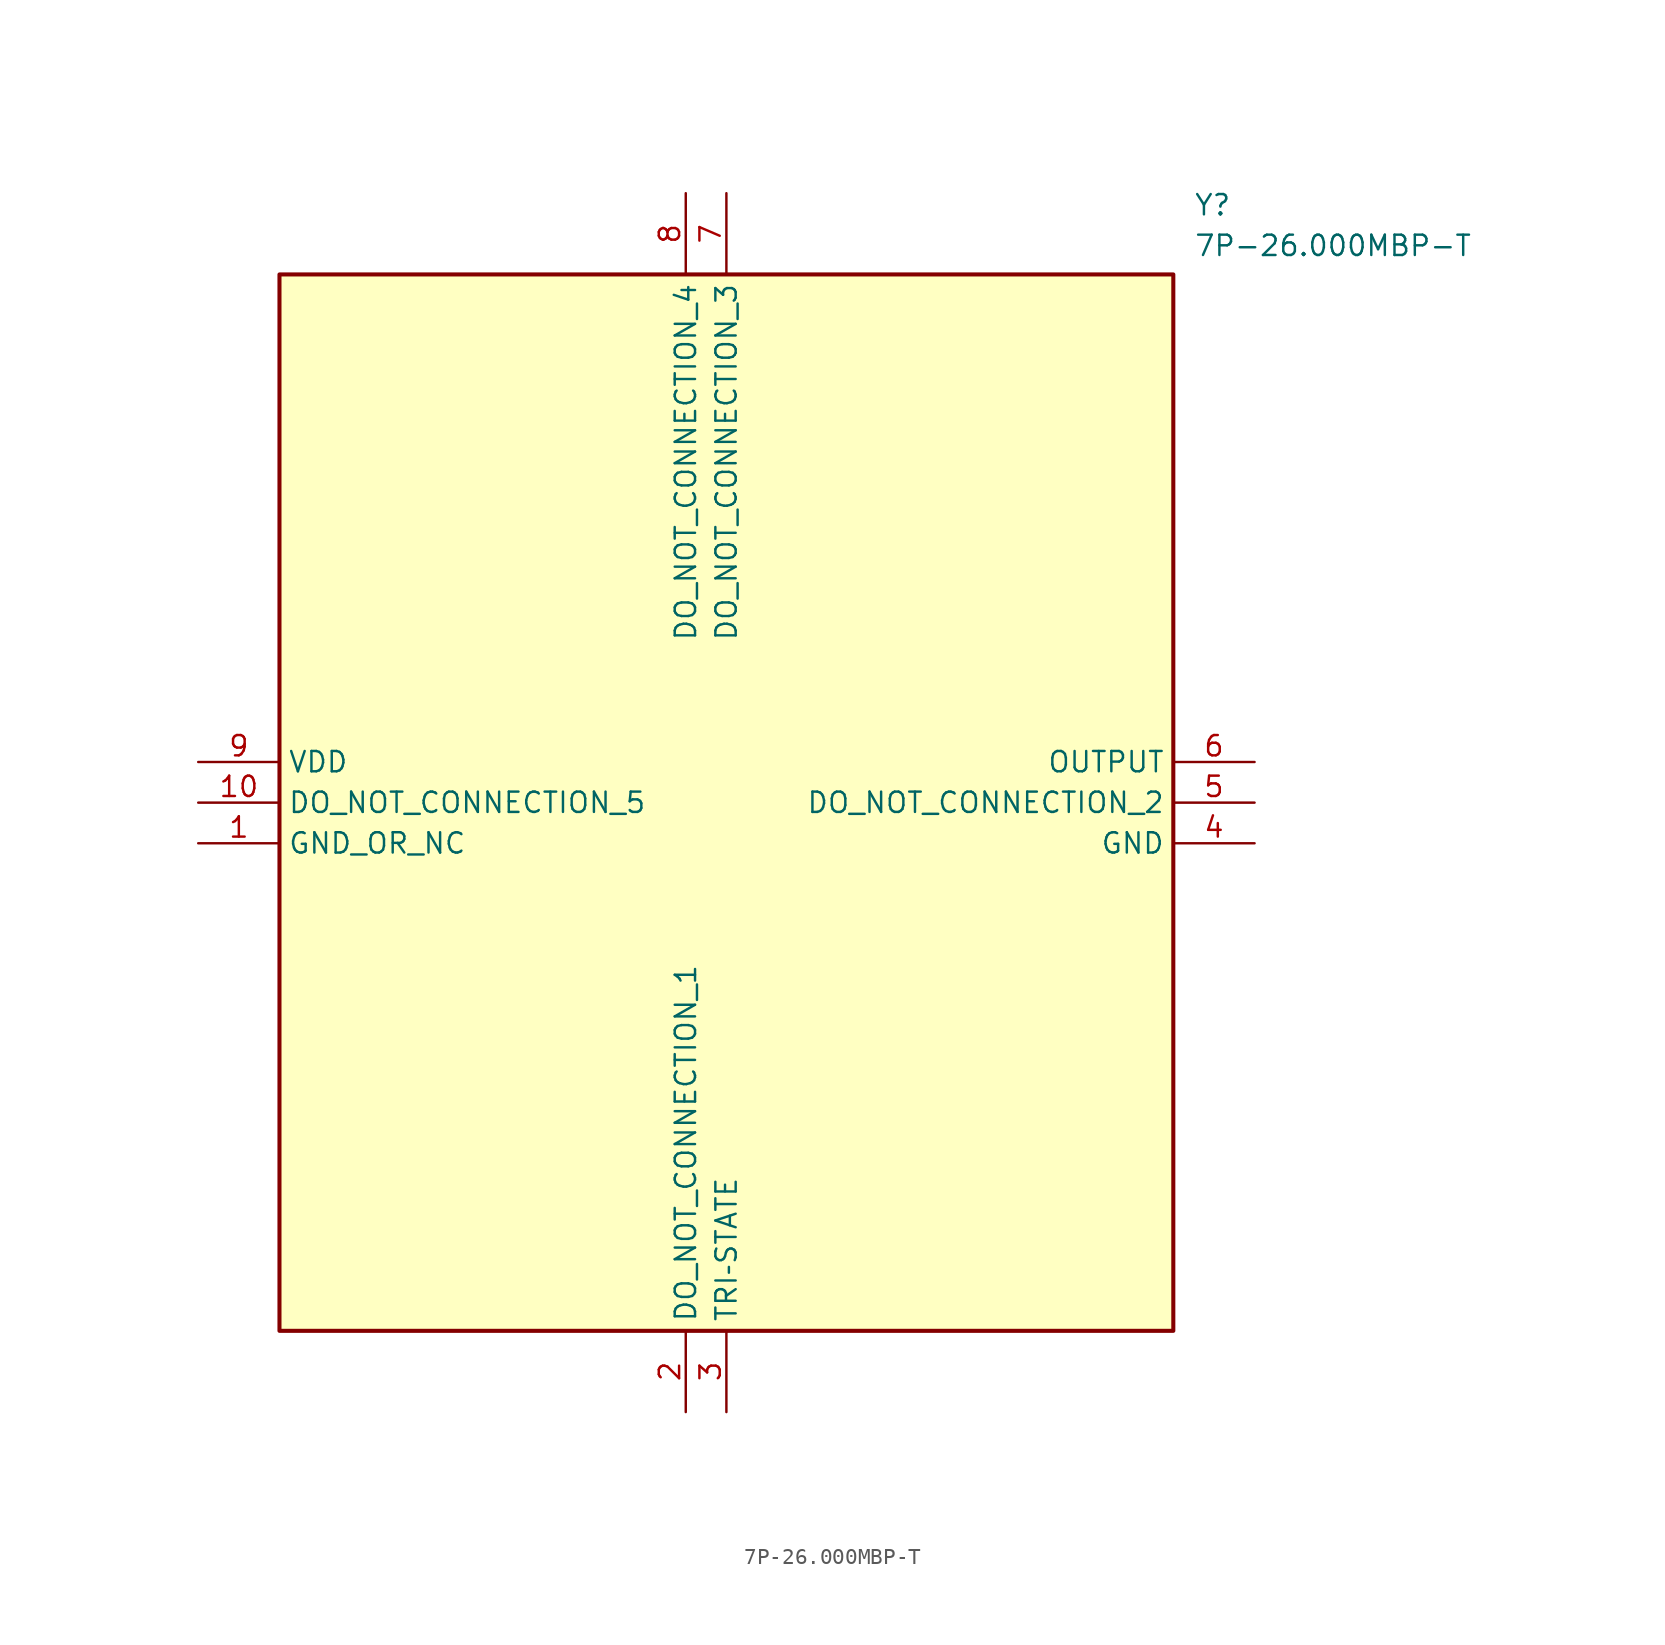
<source format=kicad_sym>
(kicad_symbol_lib
  (version 20211014)
  (generator SamacSys_ECAD_Model)
  (symbol "7P-26.000MBP-T"
    (property "Reference" "Y"
      (at 62.23 35.56 0)
      (effects (font (size 1.27 1.27)) (justify left top)))
    (property "Value" "7P-26.000MBP-T"
      (at 62.23 33.02 0)
      (effects (font (size 1.27 1.27)) (justify left top)))
    (rectangle
      (start 5.08 30.48)
      (end 60.96 -35.56)
      (stroke (width 0.254) (type default))
      (fill (type background)))
    (pin passive line
      (at 0 -5.08 0)
      (length 5.08)
      (name "GND_OR_NC" (effects (font (size 1.27 1.27))))
      (number "1" (effects (font (size 1.27 1.27)))))
    (pin passive line
      (at 30.48 -40.64 90)
      (length 5.08)
      (name "DO_NOT_CONNECTION_1" (effects (font (size 1.27 1.27))))
      (number "2" (effects (font (size 1.27 1.27)))))
    (pin passive line
      (at 33.02 -40.64 90)
      (length 5.08)
      (name "TRI‐STATE" (effects (font (size 1.27 1.27))))
      (number "3" (effects (font (size 1.27 1.27)))))
    (pin passive line
      (at 66.04 -5.08 180)
      (length 5.08)
      (name "GND" (effects (font (size 1.27 1.27))))
      (number "4" (effects (font (size 1.27 1.27)))))
    (pin passive line
      (at 66.04 -2.54 180)
      (length 5.08)
      (name "DO_NOT_CONNECTION_2" (effects (font (size 1.27 1.27))))
      (number "5" (effects (font (size 1.27 1.27)))))
    (pin passive line
      (at 66.04 0 180)
      (length 5.08)
      (name "OUTPUT" (effects (font (size 1.27 1.27))))
      (number "6" (effects (font (size 1.27 1.27)))))
    (pin passive line
      (at 33.02 35.56 270)
      (length 5.08)
      (name "DO_NOT_CONNECTION_3" (effects (font (size 1.27 1.27))))
      (number "7" (effects (font (size 1.27 1.27)))))
    (pin passive line
      (at 30.48 35.56 270)
      (length 5.08)
      (name "DO_NOT_CONNECTION_4" (effects (font (size 1.27 1.27))))
      (number "8" (effects (font (size 1.27 1.27)))))
    (pin passive line
      (at 0 0 0)
      (length 5.08)
      (name "VDD" (effects (font (size 1.27 1.27))))
      (number "9" (effects (font (size 1.27 1.27)))))
    (pin passive line
      (at 0 -2.54 0)
      (length 5.08)
      (name "DO_NOT_CONNECTION_5" (effects (font (size 1.27 1.27))))
      (number "10" (effects (font (size 1.27 1.27)))))))
</source>
